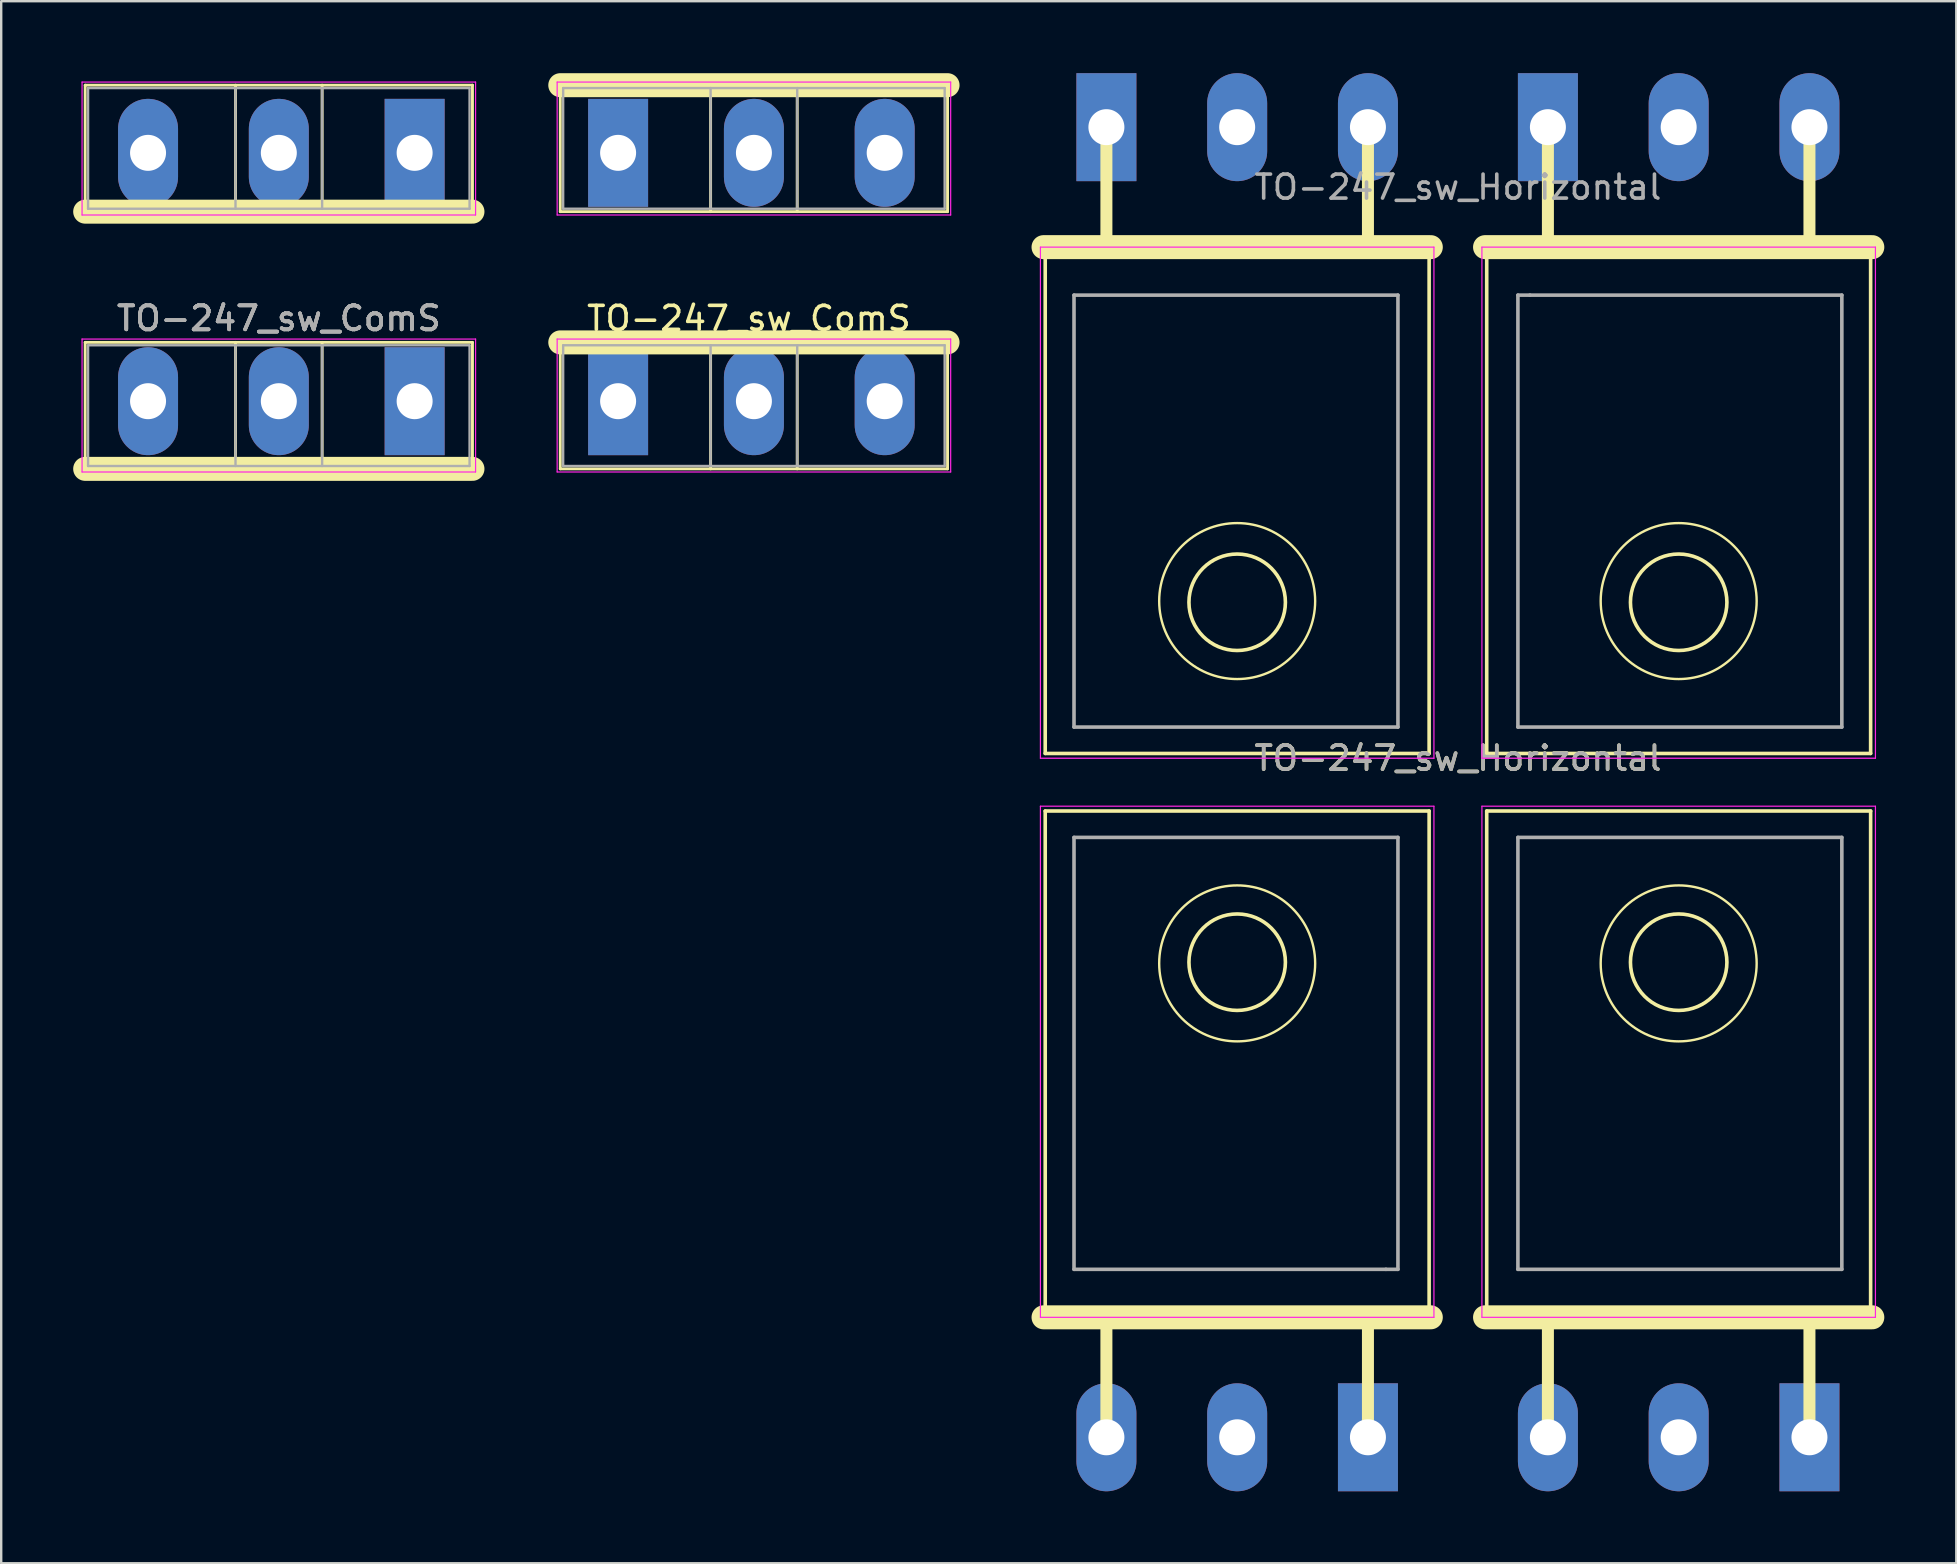
<source format=kicad_pcb>
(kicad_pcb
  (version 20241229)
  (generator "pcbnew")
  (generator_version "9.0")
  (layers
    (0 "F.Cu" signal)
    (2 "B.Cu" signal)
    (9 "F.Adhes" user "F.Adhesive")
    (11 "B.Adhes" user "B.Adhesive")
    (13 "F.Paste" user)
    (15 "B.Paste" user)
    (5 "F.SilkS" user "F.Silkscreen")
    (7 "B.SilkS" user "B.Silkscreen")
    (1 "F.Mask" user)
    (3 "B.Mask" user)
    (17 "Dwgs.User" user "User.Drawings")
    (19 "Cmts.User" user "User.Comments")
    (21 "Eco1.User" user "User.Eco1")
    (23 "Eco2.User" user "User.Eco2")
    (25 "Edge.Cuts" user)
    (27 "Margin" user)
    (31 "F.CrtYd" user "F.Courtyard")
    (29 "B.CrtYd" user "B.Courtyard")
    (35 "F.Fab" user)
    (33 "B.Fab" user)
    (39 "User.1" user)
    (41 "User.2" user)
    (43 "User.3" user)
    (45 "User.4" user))
  (footprint "TO-247_sw_ComS"
    (layer "F.Cu")
    (at 18.47 8.495)
    (property "Reference" "TO-247_sw_ComS" (at 9.69 1.725 0) (layer "F.SilkS") (effects (font (size 1 1) (thickness 0.15))))
    (attr through_hole)
    (fp_line (start -17.97 -7.995) (end -1.83 -7.995) (stroke (width 0.12) (type solid)) (layer "F.SilkS"))
    (fp_line (start -17.97 -2.724) (end -17.97 -7.995) (stroke (width 0.12) (type solid)) (layer "F.SilkS"))
    (fp_line (start -17.97 -2.724) (end -1.83 -2.724) (stroke (width 1) (type solid)) (layer "F.SilkS"))
    (fp_line (start -17.97 2.724) (end -17.97 7.995) (stroke (width 0.12) (type solid)) (layer "F.SilkS"))
    (fp_line (start -17.97 2.724) (end -1.83 2.724) (stroke (width 0.12) (type solid)) (layer "F.SilkS"))
    (fp_line (start -17.97 7.995) (end -1.83 7.995) (stroke (width 1) (type solid)) (layer "F.SilkS"))
    (fp_line (start -11.704 -2.724) (end -11.704 -7.995) (stroke (width 0.12) (type solid)) (layer "F.SilkS"))
    (fp_line (start -11.704 2.724) (end -11.704 7.995) (stroke (width 0.12) (type solid)) (layer "F.SilkS"))
    (fp_line (start -8.095 -2.724) (end -8.095 -7.995) (stroke (width 0.12) (type solid)) (layer "F.SilkS"))
    (fp_line (start -8.095 2.724) (end -8.095 7.995) (stroke (width 0.12) (type solid)) (layer "F.SilkS"))
    (fp_line (start -1.83 -2.724) (end -1.83 -7.995) (stroke (width 0.12) (type solid)) (layer "F.SilkS"))
    (fp_line (start -1.83 2.724) (end -1.83 7.995) (stroke (width 0.12) (type solid)) (layer "F.SilkS"))
    (fp_line (start 1.83 -2.724) (end 1.83 -7.995) (stroke (width 0.12) (type solid)) (layer "F.SilkS"))
    (fp_line (start 1.83 2.724) (end 1.83 7.995) (stroke (width 0.12) (type solid)) (layer "F.SilkS"))
    (fp_line (start 8.095 -2.724) (end 8.095 -7.995) (stroke (width 0.12) (type solid)) (layer "F.SilkS"))
    (fp_line (start 8.095 2.724) (end 8.095 7.995) (stroke (width 0.12) (type solid)) (layer "F.SilkS"))
    (fp_line (start 11.704 -2.724) (end 11.704 -7.995) (stroke (width 0.12) (type solid)) (layer "F.SilkS"))
    (fp_line (start 11.704 2.724) (end 11.704 7.995) (stroke (width 0.12) (type solid)) (layer "F.SilkS"))
    (fp_line (start 17.97 -7.995) (end 1.83 -7.995) (stroke (width 1) (type solid)) (layer "F.SilkS"))
    (fp_line (start 17.97 -2.724) (end 1.83 -2.724) (stroke (width 0.12) (type solid)) (layer "F.SilkS"))
    (fp_line (start 17.97 -2.724) (end 17.97 -7.995) (stroke (width 0.12) (type solid)) (layer "F.SilkS"))
    (fp_line (start 17.97 2.724) (end 1.83 2.724) (stroke (width 1) (type solid)) (layer "F.SilkS"))
    (fp_line (start 17.97 2.724) (end 17.97 7.995) (stroke (width 0.12) (type solid)) (layer "F.SilkS"))
    (fp_line (start 17.97 7.995) (end 1.83 7.995) (stroke (width 0.12) (type solid)) (layer "F.SilkS"))
    (fp_line (start -18.1 -8.125) (end -1.7 -8.125) (stroke (width 0.05) (type solid)) (layer "F.CrtYd"))
    (fp_line (start -18.1 -2.585) (end -18.1 -8.125) (stroke (width 0.05) (type solid)) (layer "F.CrtYd"))
    (fp_line (start -18.1 2.585) (end -18.1 8.125) (stroke (width 0.05) (type solid)) (layer "F.CrtYd"))
    (fp_line (start -18.1 8.125) (end -1.7 8.125) (stroke (width 0.05) (type solid)) (layer "F.CrtYd"))
    (fp_line (start -1.7 -8.125) (end -1.7 -2.585) (stroke (width 0.05) (type solid)) (layer "F.CrtYd"))
    (fp_line (start -1.7 -2.585) (end -18.1 -2.585) (stroke (width 0.05) (type solid)) (layer "F.CrtYd"))
    (fp_line (start -1.7 2.585) (end -18.1 2.585) (stroke (width 0.05) (type solid)) (layer "F.CrtYd"))
    (fp_line (start -1.7 8.125) (end -1.7 2.585) (stroke (width 0.05) (type solid)) (layer "F.CrtYd"))
    (fp_line (start 1.7 -8.125) (end 1.7 -2.585) (stroke (width 0.05) (type solid)) (layer "F.CrtYd"))
    (fp_line (start 1.7 -2.585) (end 18.1 -2.585) (stroke (width 0.05) (type solid)) (layer "F.CrtYd"))
    (fp_line (start 1.7 2.585) (end 18.1 2.585) (stroke (width 0.05) (type solid)) (layer "F.CrtYd"))
    (fp_line (start 1.7 8.125) (end 1.7 2.585) (stroke (width 0.05) (type solid)) (layer "F.CrtYd"))
    (fp_line (start 18.1 -8.125) (end 1.7 -8.125) (stroke (width 0.05) (type solid)) (layer "F.CrtYd"))
    (fp_line (start 18.1 -2.585) (end 18.1 -8.125) (stroke (width 0.05) (type solid)) (layer "F.CrtYd"))
    (fp_line (start 18.1 2.585) (end 18.1 8.125) (stroke (width 0.05) (type solid)) (layer "F.CrtYd"))
    (fp_line (start 18.1 8.125) (end 1.7 8.125) (stroke (width 0.05) (type solid)) (layer "F.CrtYd"))
    (fp_line (start -17.85 -7.875) (end -1.95 -7.875) (stroke (width 0.1) (type solid)) (layer "F.Fab"))
    (fp_line (start -17.85 -2.845) (end -17.85 -7.875) (stroke (width 0.1) (type solid)) (layer "F.Fab"))
    (fp_line (start -17.85 2.845) (end -17.85 7.875) (stroke (width 0.1) (type solid)) (layer "F.Fab"))
    (fp_line (start -17.85 7.875) (end -1.95 7.875) (stroke (width 0.1) (type solid)) (layer "F.Fab"))
    (fp_line (start -11.705 -2.845) (end -11.705 -7.875) (stroke (width 0.1) (type solid)) (layer "F.Fab"))
    (fp_line (start -11.705 2.845) (end -11.705 7.875) (stroke (width 0.1) (type solid)) (layer "F.Fab"))
    (fp_line (start -8.095 -2.845) (end -8.095 -7.875) (stroke (width 0.1) (type solid)) (layer "F.Fab"))
    (fp_line (start -8.095 2.845) (end -8.095 7.875) (stroke (width 0.1) (type solid)) (layer "F.Fab"))
    (fp_line (start -1.95 -7.875) (end -1.95 -2.845) (stroke (width 0.1) (type solid)) (layer "F.Fab"))
    (fp_line (start -1.95 -2.845) (end -17.85 -2.845) (stroke (width 0.1) (type solid)) (layer "F.Fab"))
    (fp_line (start -1.95 2.845) (end -17.85 2.845) (stroke (width 0.1) (type solid)) (layer "F.Fab"))
    (fp_line (start -1.95 7.875) (end -1.95 2.845) (stroke (width 0.1) (type solid)) (layer "F.Fab"))
    (fp_line (start 1.95 -7.875) (end 1.95 -2.845) (stroke (width 0.1) (type solid)) (layer "F.Fab"))
    (fp_line (start 1.95 -2.845) (end 17.85 -2.845) (stroke (width 0.1) (type solid)) (layer "F.Fab"))
    (fp_line (start 1.95 2.845) (end 17.85 2.845) (stroke (width 0.1) (type solid)) (layer "F.Fab"))
    (fp_line (start 1.95 7.875) (end 1.95 2.845) (stroke (width 0.1) (type solid)) (layer "F.Fab"))
    (fp_line (start 8.095 -2.845) (end 8.095 -7.875) (stroke (width 0.1) (type solid)) (layer "F.Fab"))
    (fp_line (start 8.095 2.845) (end 8.095 7.875) (stroke (width 0.1) (type solid)) (layer "F.Fab"))
    (fp_line (start 11.705 -2.845) (end 11.705 -7.875) (stroke (width 0.1) (type solid)) (layer "F.Fab"))
    (fp_line (start 11.705 2.845) (end 11.705 7.875) (stroke (width 0.1) (type solid)) (layer "F.Fab"))
    (fp_line (start 17.85 -7.875) (end 1.95 -7.875) (stroke (width 0.1) (type solid)) (layer "F.Fab"))
    (fp_line (start 17.85 -2.845) (end 17.85 -7.875) (stroke (width 0.1) (type solid)) (layer "F.Fab"))
    (fp_line (start 17.85 2.845) (end 17.85 7.875) (stroke (width 0.1) (type solid)) (layer "F.Fab"))
    (fp_line (start 17.85 7.875) (end 1.95 7.875) (stroke (width 0.1) (type solid)) (layer "F.Fab"))
    (fp_text user "${REFERENCE}" (at -9.9 1.725 0) (layer "F.Fab") (effects (font (size 1 1) (thickness 0.15))))
    (fp_text user "${REFERENCE}" (at -9.9 1.725 0) (layer "F.Fab") (effects (font (size 1 1) (thickness 0.15))))
    (fp_text user "${REFERENCE}" (at -9.9 1.725 0) (layer "F.Fab") (effects (font (size 1 1) (thickness 0.15))))
    (fp_text user "${REFERENCE}" (at -9.9 1.725 0) (layer "F.Fab") (effects (font (size 1 1) (thickness 0.15))))
    (pad "D1" thru_hole oval (at -9.9 -5.175) (size 2.5 4.5) (drill 1.5) (layers "*.Cu" "*.Mask"))
    (pad "D1" thru_hole oval (at -9.9 5.175) (size 2.5 4.5) (drill 1.5) (layers "*.Cu" "*.Mask"))
    (pad "D2" thru_hole oval (at 9.9 -5.175) (size 2.5 4.5) (drill 1.5) (layers "*.Cu" "*.Mask"))
    (pad "D2" thru_hole oval (at 9.9 5.175) (size 2.5 4.5) (drill 1.5) (layers "*.Cu" "*.Mask"))
    (pad "G1" thru_hole rect (at -4.24 -5.175) (size 2.5 4.5) (drill 1.5) (layers "*.Cu" "*.Mask"))
    (pad "G1" thru_hole rect (at -4.24 5.175) (size 2.5 4.5) (drill 1.5) (layers "*.Cu" "*.Mask"))
    (pad "G1" thru_hole rect (at 4.24 -5.175) (size 2.5 4.5) (drill 1.5) (layers "*.Cu" "*.Mask"))
    (pad "G1" thru_hole rect (at 4.24 5.175) (size 2.5 4.5) (drill 1.5) (layers "*.Cu" "*.Mask"))
    (pad "S" thru_hole oval (at -15.35 -5.175) (size 2.5 4.5) (drill 1.5) (layers "*.Cu" "*.Mask"))
    (pad "S" thru_hole oval (at -15.35 5.175) (size 2.5 4.5) (drill 1.5) (layers "*.Cu" "*.Mask"))
    (pad "S" thru_hole oval (at 15.35 -5.175) (size 2.5 4.5) (drill 1.5) (layers "*.Cu" "*.Mask"))
    (pad "S" thru_hole oval (at 15.35 5.175) (size 2.5 4.5) (drill 1.5) (layers "*.Cu" "*.Mask")))
  (footprint "TO-247_sw_Horizontal"
    (layer "F.Cu")
    (at 57.71 29.55)
    (property "Reference" "TO-247_sw_Horizontal" (at 0 -1 0) (layer "F.SilkS") (effects (font (size 1 1) (thickness 0.15))))
    (attr through_hole)
    (fp_line (start -17.27 22.3) (end -1.13 22.3) (stroke (width 1) (type solid)) (layer "F.SilkS"))
    (fp_line (start -17.2 -22.3) (end -17.2 -1.2) (stroke (width 0.15) (type solid)) (layer "F.SilkS"))
    (fp_line (start -17.2 1.2) (end -1.2 1.2) (stroke (width 0.15) (type solid)) (layer "F.SilkS"))
    (fp_line (start -17.2 22.3) (end -17.2 1.2) (stroke (width 0.15) (type solid)) (layer "F.SilkS"))
    (fp_line (start -14.65 -27.3) (end -14.65 -22.3) (stroke (width 0.5) (type solid)) (layer "F.SilkS"))
    (fp_line (start -14.65 27.3) (end -14.65 22.3) (stroke (width 0.5) (type solid)) (layer "F.SilkS"))
    (fp_line (start -3.75 -27.3) (end -3.75 -22.3) (stroke (width 0.5) (type solid)) (layer "F.SilkS"))
    (fp_line (start -3.75 27.3) (end -3.75 22.3) (stroke (width 0.5) (type solid)) (layer "F.SilkS"))
    (fp_line (start -1.2 -22.3) (end -1.2 -1.2) (stroke (width 0.15) (type solid)) (layer "F.SilkS"))
    (fp_line (start -1.2 -1.2) (end -17.2 -1.2) (stroke (width 0.15) (type solid)) (layer "F.SilkS"))
    (fp_line (start -1.2 22.3) (end -1.2 1.2) (stroke (width 0.15) (type solid)) (layer "F.SilkS"))
    (fp_line (start -1.13 -22.3) (end -17.27 -22.3) (stroke (width 1) (type solid)) (layer "F.SilkS"))
    (fp_line (start 1.13 22.3) (end 17.27 22.3) (stroke (width 1) (type solid)) (layer "F.SilkS"))
    (fp_line (start 1.2 -22.3) (end 1.2 -1.2) (stroke (width 0.15) (type solid)) (layer "F.SilkS"))
    (fp_line (start 1.2 1.2) (end 17.2 1.2) (stroke (width 0.15) (type solid)) (layer "F.SilkS"))
    (fp_line (start 1.2 22.3) (end 1.2 1.2) (stroke (width 0.15) (type solid)) (layer "F.SilkS"))
    (fp_line (start 3.75 -27.3) (end 3.75 -22.3) (stroke (width 0.5) (type solid)) (layer "F.SilkS"))
    (fp_line (start 3.75 27.3) (end 3.75 22.3) (stroke (width 0.5) (type solid)) (layer "F.SilkS"))
    (fp_line (start 14.65 -27.3) (end 14.65 -22.3) (stroke (width 0.5) (type solid)) (layer "F.SilkS"))
    (fp_line (start 14.65 27.3) (end 14.65 22.3) (stroke (width 0.5) (type solid)) (layer "F.SilkS"))
    (fp_line (start 17.2 -22.3) (end 17.2 -1.2) (stroke (width 0.15) (type solid)) (layer "F.SilkS"))
    (fp_line (start 17.2 -1.2) (end 1.2 -1.2) (stroke (width 0.15) (type solid)) (layer "F.SilkS"))
    (fp_line (start 17.2 22.3) (end 17.2 1.2) (stroke (width 0.15) (type solid)) (layer "F.SilkS"))
    (fp_line (start 17.27 -22.3) (end 1.13 -22.3) (stroke (width 1) (type solid)) (layer "F.SilkS"))
    (fp_circle (center -9.2 -7.55) (end -6.2 -6.3) (stroke (width 0.1) (type solid)) (fill no) (layer "F.SilkS"))
    (fp_circle (center -9.2 -7.5) (end -7.2 -7.3) (stroke (width 0.15) (type solid)) (fill no) (layer "F.SilkS"))
    (fp_circle (center -9.2 7.5) (end -11.2 7.3) (stroke (width 0.15) (type solid)) (fill no) (layer "F.SilkS"))
    (fp_circle (center -9.2 7.55) (end -12.2 6.3) (stroke (width 0.1) (type solid)) (fill no) (layer "F.SilkS"))
    (fp_circle (center 9.2 -7.55) (end 12.2 -6.3) (stroke (width 0.1) (type solid)) (fill no) (layer "F.SilkS"))
    (fp_circle (center 9.2 -7.5) (end 11.2 -7.3) (stroke (width 0.15) (type solid)) (fill no) (layer "F.SilkS"))
    (fp_circle (center 9.2 7.5) (end 7.2 7.3) (stroke (width 0.15) (type solid)) (fill no) (layer "F.SilkS"))
    (fp_circle (center 9.2 7.55) (end 6.2 6.3) (stroke (width 0.1) (type solid)) (fill no) (layer "F.SilkS"))
    (fp_line (start -17.4 -22.3) (end -1 -22.3) (stroke (width 0.05) (type solid)) (layer "F.CrtYd"))
    (fp_line (start -17.4 -1) (end -17.4 -22.3) (stroke (width 0.05) (type solid)) (layer "F.CrtYd"))
    (fp_line (start -17.4 1) (end -1 1) (stroke (width 0.05) (type solid)) (layer "F.CrtYd"))
    (fp_line (start -17.4 22.3) (end -17.4 1) (stroke (width 0.05) (type solid)) (layer "F.CrtYd"))
    (fp_line (start -1 -22.3) (end -1 -1) (stroke (width 0.05) (type solid)) (layer "F.CrtYd"))
    (fp_line (start -1 -1) (end -17.4 -1) (stroke (width 0.05) (type solid)) (layer "F.CrtYd"))
    (fp_line (start -1 1) (end -1 22.3) (stroke (width 0.05) (type solid)) (layer "F.CrtYd"))
    (fp_line (start -1 22.3) (end -17.4 22.3) (stroke (width 0.05) (type solid)) (layer "F.CrtYd"))
    (fp_line (start 1 -22.3) (end 17.4 -22.3) (stroke (width 0.05) (type solid)) (layer "F.CrtYd"))
    (fp_line (start 1 -1) (end 1 -22.3) (stroke (width 0.05) (type solid)) (layer "F.CrtYd"))
    (fp_line (start 1 1) (end 17.4 1) (stroke (width 0.05) (type solid)) (layer "F.CrtYd"))
    (fp_line (start 1 22.3) (end 1 1) (stroke (width 0.05) (type solid)) (layer "F.CrtYd"))
    (fp_line (start 17.4 -22.3) (end 17.4 -1) (stroke (width 0.05) (type solid)) (layer "F.CrtYd"))
    (fp_line (start 17.4 -1) (end 1 -1) (stroke (width 0.05) (type solid)) (layer "F.CrtYd"))
    (fp_line (start 17.4 1) (end 17.4 22.3) (stroke (width 0.05) (type solid)) (layer "F.CrtYd"))
    (fp_line (start 17.4 22.3) (end 1 22.3) (stroke (width 0.05) (type solid)) (layer "F.CrtYd"))
    (fp_line (start -16 -20.3) (end -16 -2.3) (stroke (width 0.15) (type solid)) (layer "F.Fab"))
    (fp_line (start -16 -2.3) (end -2.5 -2.3) (stroke (width 0.15) (type solid)) (layer "F.Fab"))
    (fp_line (start -16 2.3) (end -16 20.3) (stroke (width 0.15) (type solid)) (layer "F.Fab"))
    (fp_line (start -16 20.3) (end -3 20.3) (stroke (width 0.15) (type solid)) (layer "F.Fab"))
    (fp_line (start -3 20.3) (end -2.5 20.3) (stroke (width 0.15) (type solid)) (layer "F.Fab"))
    (fp_line (start -2.5 -20.3) (end -16 -20.3) (stroke (width 0.15) (type solid)) (layer "F.Fab"))
    (fp_line (start -2.5 -2.3) (end -2.5 -20.3) (stroke (width 0.15) (type solid)) (layer "F.Fab"))
    (fp_line (start -2.5 2.3) (end -16 2.3) (stroke (width 0.15) (type solid)) (layer "F.Fab"))
    (fp_line (start -2.5 20.3) (end -2.5 2.3) (stroke (width 0.15) (type solid)) (layer "F.Fab"))
    (fp_line (start 2.5 -20.3) (end 2.5 -2.3) (stroke (width 0.15) (type solid)) (layer "F.Fab"))
    (fp_line (start 2.5 -2.3) (end 16 -2.3) (stroke (width 0.15) (type solid)) (layer "F.Fab"))
    (fp_line (start 2.5 2.3) (end 2.5 20.3) (stroke (width 0.15) (type solid)) (layer "F.Fab"))
    (fp_line (start 2.5 20.3) (end 16 20.3) (stroke (width 0.15) (type solid)) (layer "F.Fab"))
    (fp_line (start 3 -20.3) (end 2.5 -20.3) (stroke (width 0.15) (type solid)) (layer "F.Fab"))
    (fp_line (start 16 -20.3) (end 3 -20.3) (stroke (width 0.15) (type solid)) (layer "F.Fab"))
    (fp_line (start 16 -2.3) (end 16 -20.3) (stroke (width 0.15) (type solid)) (layer "F.Fab"))
    (fp_line (start 16 2.3) (end 2.5 2.3) (stroke (width 0.15) (type solid)) (layer "F.Fab"))
    (fp_line (start 16 20.3) (end 16 2.3) (stroke (width 0.15) (type solid)) (layer "F.Fab"))
    (fp_text user "${REFERENCE}" (at 0 -24.8 0) (layer "F.Fab") (effects (font (size 1 1) (thickness 0.15))))
    (fp_text user "${REFERENCE}" (at 0 -1 180) (layer "F.Fab") (effects (font (size 1 1) (thickness 0.15))))
    (pad "D" thru_hole oval (at -9.2 -27.3) (size 2.5 4.5) (drill 1.5) (layers "*.Cu" "*.Mask"))
    (pad "D" thru_hole oval (at -9.2 27.3 180) (size 2.5 4.5) (drill 1.5) (layers "*.Cu" "*.Mask"))
    (pad "D" thru_hole oval (at 9.2 -27.3) (size 2.5 4.5) (drill 1.5) (layers "*.Cu" "*.Mask"))
    (pad "D" thru_hole oval (at 9.2 27.3 180) (size 2.5 4.5) (drill 1.5) (layers "*.Cu" "*.Mask"))
    (pad "G1a" thru_hole rect (at -14.65 -27.3) (size 2.5 4.5) (drill 1.5) (layers "*.Cu" "*.Mask"))
    (pad "G1b" thru_hole rect (at 3.75 -27.3) (size 2.5 4.5) (drill 1.5) (layers "*.Cu" "*.Mask"))
    (pad "G2a" thru_hole rect (at -3.75 27.3 180) (size 2.5 4.5) (drill 1.5) (layers "*.Cu" "*.Mask"))
    (pad "G2b" thru_hole rect (at 14.65 27.3 180) (size 2.5 4.5) (drill 1.5) (layers "*.Cu" "*.Mask"))
    (pad "S1" thru_hole oval (at -3.75 -27.3) (size 2.5 4.5) (drill 1.5) (layers "*.Cu" "*.Mask"))
    (pad "S1" thru_hole oval (at 14.65 -27.3) (size 2.5 4.5) (drill 1.5) (layers "*.Cu" "*.Mask"))
    (pad "S2" thru_hole oval (at -14.65 27.3 180) (size 2.5 4.5) (drill 1.5) (layers "*.Cu" "*.Mask"))
    (pad "S2" thru_hole oval (at 3.75 27.3 180) (size 2.5 4.5) (drill 1.5) (layers "*.Cu" "*.Mask")))
  (gr_rect
    (start -3 -3)
    (end 78.48 62.1)
    (stroke (width 0.1) (type default))
    (fill no)
    (layer "Edge.Cuts")))
</source>
